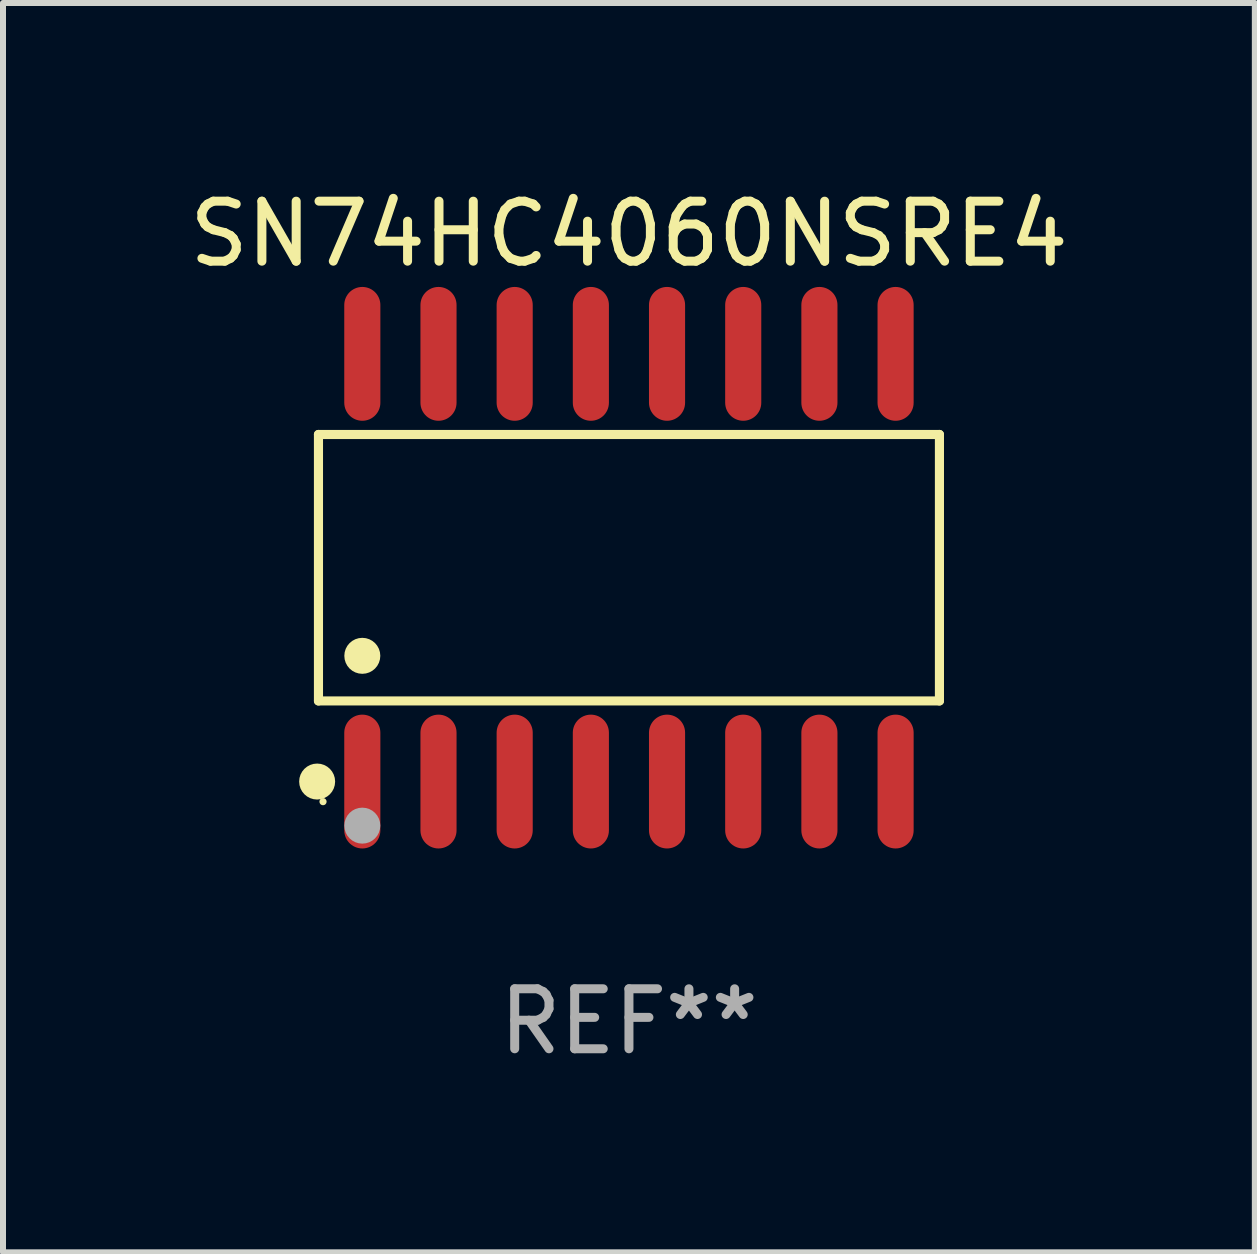
<source format=kicad_pcb>
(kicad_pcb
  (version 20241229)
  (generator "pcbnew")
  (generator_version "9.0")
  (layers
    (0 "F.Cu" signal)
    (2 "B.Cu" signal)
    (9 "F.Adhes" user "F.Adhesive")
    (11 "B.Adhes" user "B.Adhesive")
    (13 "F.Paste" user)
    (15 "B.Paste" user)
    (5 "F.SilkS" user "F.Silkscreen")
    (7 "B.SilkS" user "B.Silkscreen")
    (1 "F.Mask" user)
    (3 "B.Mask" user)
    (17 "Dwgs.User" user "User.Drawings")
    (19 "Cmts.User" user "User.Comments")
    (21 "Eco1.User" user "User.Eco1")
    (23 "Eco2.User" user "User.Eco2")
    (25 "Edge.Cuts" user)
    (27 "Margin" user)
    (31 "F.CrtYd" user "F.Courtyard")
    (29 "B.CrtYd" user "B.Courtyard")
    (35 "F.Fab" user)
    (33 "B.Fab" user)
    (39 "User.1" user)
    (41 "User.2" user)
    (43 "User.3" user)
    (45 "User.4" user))
  (footprint "SN74HC4060NSRE4"
    (layer "F.Cu")
    (at 7.435 6.414)
    (property "Reference" "SN74HC4060NSRE4" (at 0 -5.565 0) (layer "F.SilkS") (effects (font (size 1 1) (thickness 0.15))))
    (attr through_hole)
    (fp_line (start -5.176 -2.221) (end 5.176 -2.221) (stroke (width 0.152) (type solid)) (layer "F.SilkS"))
    (fp_line (start -5.176 2.221) (end -5.176 -2.221) (stroke (width 0.152) (type solid)) (layer "F.SilkS"))
    (fp_line (start 5.176 -2.221) (end 5.176 2.221) (stroke (width 0.152) (type solid)) (layer "F.SilkS"))
    (fp_line (start 5.176 2.221) (end -5.176 2.221) (stroke (width 0.152) (type solid)) (layer "F.SilkS"))
    (fp_circle (center -5.198 3.565) (end -5.048 3.565) (stroke (width 0.3) (type solid)) (fill no) (layer "F.SilkS"))
    (fp_circle (center -5.1 3.9) (end -5.07 3.9) (stroke (width 0.06) (type solid)) (fill no) (layer "F.SilkS"))
    (fp_circle (center -4.445 1.469) (end -4.295 1.469) (stroke (width 0.3) (type solid)) (fill no) (layer "F.SilkS"))
    (fp_circle (center -4.445 4.3) (end -4.295 4.3) (stroke (width 0.3) (type solid)) (fill no) (layer "F.Fab"))
    (fp_text user "REF**" (at 0 7.565 0) (layer "F.Fab") (effects (font (size 1 1) (thickness 0.15))))
    (pad "1" smd oval (at -4.445 3.565) (size 0.602 2.231) (layers "F.Cu" "F.Mask" "F.Paste"))
    (pad "2" smd oval (at -3.175 3.565) (size 0.602 2.231) (layers "F.Cu" "F.Mask" "F.Paste"))
    (pad "3" smd oval (at -1.905 3.565) (size 0.602 2.231) (layers "F.Cu" "F.Mask" "F.Paste"))
    (pad "4" smd oval (at -0.635 3.565) (size 0.602 2.231) (layers "F.Cu" "F.Mask" "F.Paste"))
    (pad "5" smd oval (at 0.635 3.565) (size 0.602 2.231) (layers "F.Cu" "F.Mask" "F.Paste"))
    (pad "6" smd oval (at 1.905 3.565) (size 0.602 2.231) (layers "F.Cu" "F.Mask" "F.Paste"))
    (pad "7" smd oval (at 3.175 3.565) (size 0.602 2.231) (layers "F.Cu" "F.Mask" "F.Paste"))
    (pad "8" smd oval (at 4.445 3.565) (size 0.602 2.231) (layers "F.Cu" "F.Mask" "F.Paste"))
    (pad "9" smd oval (at 4.445 -3.565) (size 0.602 2.231) (layers "F.Cu" "F.Mask" "F.Paste"))
    (pad "10" smd oval (at 3.175 -3.565) (size 0.602 2.231) (layers "F.Cu" "F.Mask" "F.Paste"))
    (pad "11" smd oval (at 1.905 -3.565) (size 0.602 2.231) (layers "F.Cu" "F.Mask" "F.Paste"))
    (pad "12" smd oval (at 0.635 -3.565) (size 0.602 2.231) (layers "F.Cu" "F.Mask" "F.Paste"))
    (pad "13" smd oval (at -0.635 -3.565) (size 0.602 2.231) (layers "F.Cu" "F.Mask" "F.Paste"))
    (pad "14" smd oval (at -1.905 -3.565) (size 0.602 2.231) (layers "F.Cu" "F.Mask" "F.Paste"))
    (pad "15" smd oval (at -3.175 -3.565) (size 0.602 2.231) (layers "F.Cu" "F.Mask" "F.Paste"))
    (pad "16" smd oval (at -4.445 -3.565) (size 0.602 2.231) (layers "F.Cu" "F.Mask" "F.Paste")))
  (gr_rect
    (start -3 -3)
    (end 17.869 17.827)
    (stroke (width 0.1) (type default))
    (fill no)
    (layer "Edge.Cuts")))
</source>
